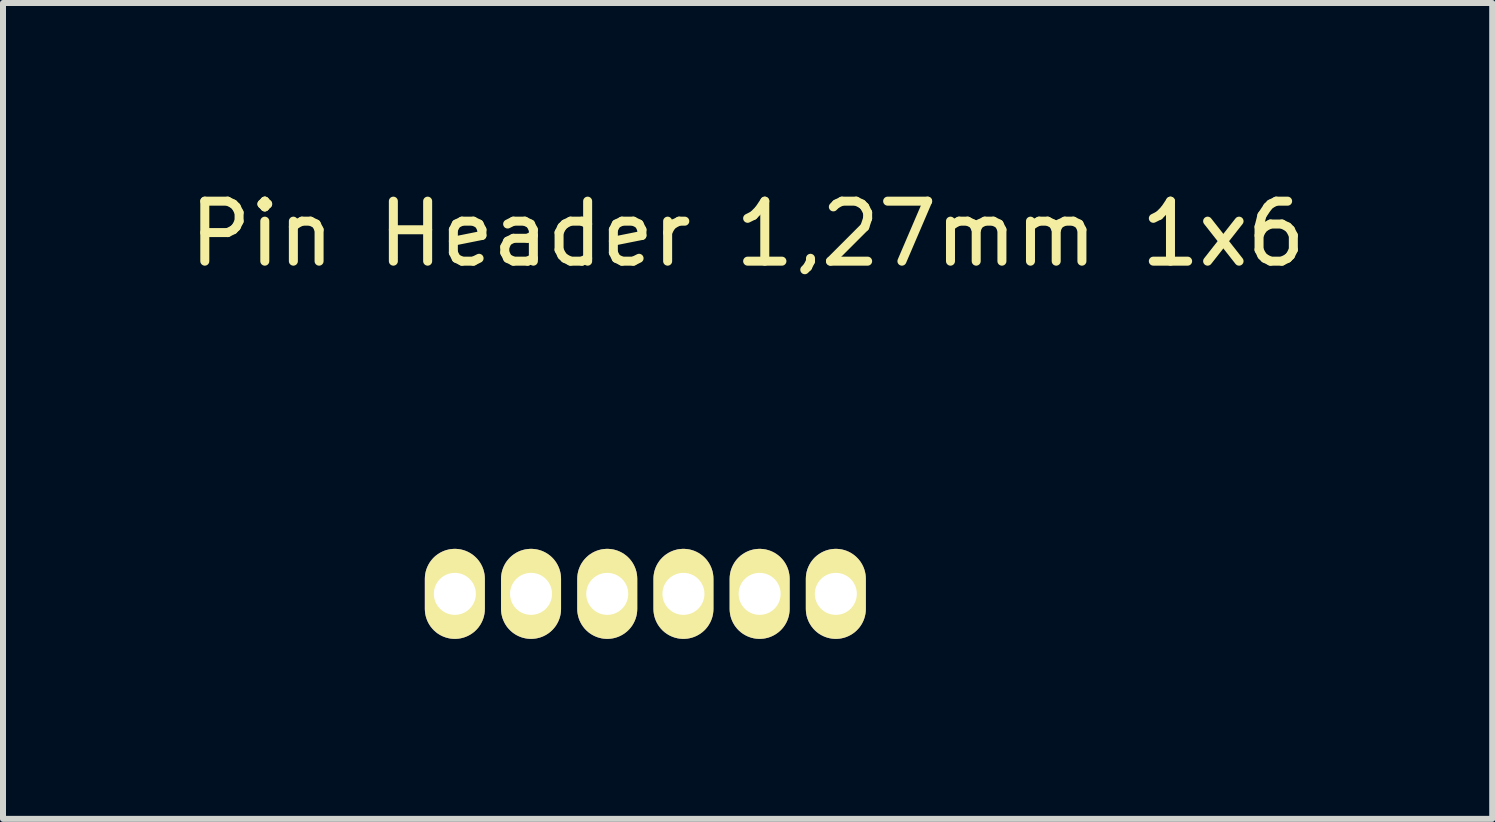
<source format=kicad_pcb>
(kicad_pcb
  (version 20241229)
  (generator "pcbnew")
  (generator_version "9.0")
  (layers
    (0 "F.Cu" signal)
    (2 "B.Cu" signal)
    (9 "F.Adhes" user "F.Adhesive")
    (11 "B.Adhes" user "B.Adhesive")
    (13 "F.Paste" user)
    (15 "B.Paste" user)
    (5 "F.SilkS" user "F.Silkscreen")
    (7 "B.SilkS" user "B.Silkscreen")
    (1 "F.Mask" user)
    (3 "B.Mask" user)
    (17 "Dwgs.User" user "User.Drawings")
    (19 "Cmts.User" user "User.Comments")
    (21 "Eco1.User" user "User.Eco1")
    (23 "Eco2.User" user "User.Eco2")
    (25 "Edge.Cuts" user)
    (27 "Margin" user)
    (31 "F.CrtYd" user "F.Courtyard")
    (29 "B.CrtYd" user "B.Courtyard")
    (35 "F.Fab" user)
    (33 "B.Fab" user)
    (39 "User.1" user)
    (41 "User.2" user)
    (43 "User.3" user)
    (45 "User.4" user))
  (footprint "Pin Header 1,27mm 1x6"
    (layer "F.Cu")
    (at 7.706 6.848)
    (property "Reference" "Pin Header 1,27mm 1x6" (at 1.705 -6 0) (layer "F.SilkS") (effects (font (size 1 1) (thickness 0.15))))
    (attr through_hole)
    (pad "1" thru_hole oval (at -3.175 0) (size 1 1.5) (drill 0.7) (layers "*.Cu" "*.Mask" "F.SilkS"))
    (pad "2" thru_hole oval (at -1.905 0) (size 1 1.5) (drill 0.7) (layers "*.Cu" "*.Mask" "F.SilkS"))
    (pad "3" thru_hole oval (at -0.635 0) (size 1 1.5) (drill 0.7) (layers "*.Cu" "*.Mask" "F.SilkS"))
    (pad "4" thru_hole oval (at 0.635 0) (size 1 1.5) (drill 0.7) (layers "*.Cu" "*.Mask" "F.SilkS"))
    (pad "5" thru_hole oval (at 1.905 0) (size 1 1.5) (drill 0.7) (layers "*.Cu" "*.Mask" "F.SilkS"))
    (pad "6" thru_hole oval (at 3.175 0) (size 1 1.5) (drill 0.7) (layers "*.Cu" "*.Mask" "F.SilkS")))
  (gr_rect
    (start -3 -3)
    (end 21.821 10.598)
    (stroke (width 0.1) (type default))
    (fill no)
    (layer "Edge.Cuts")))
</source>
